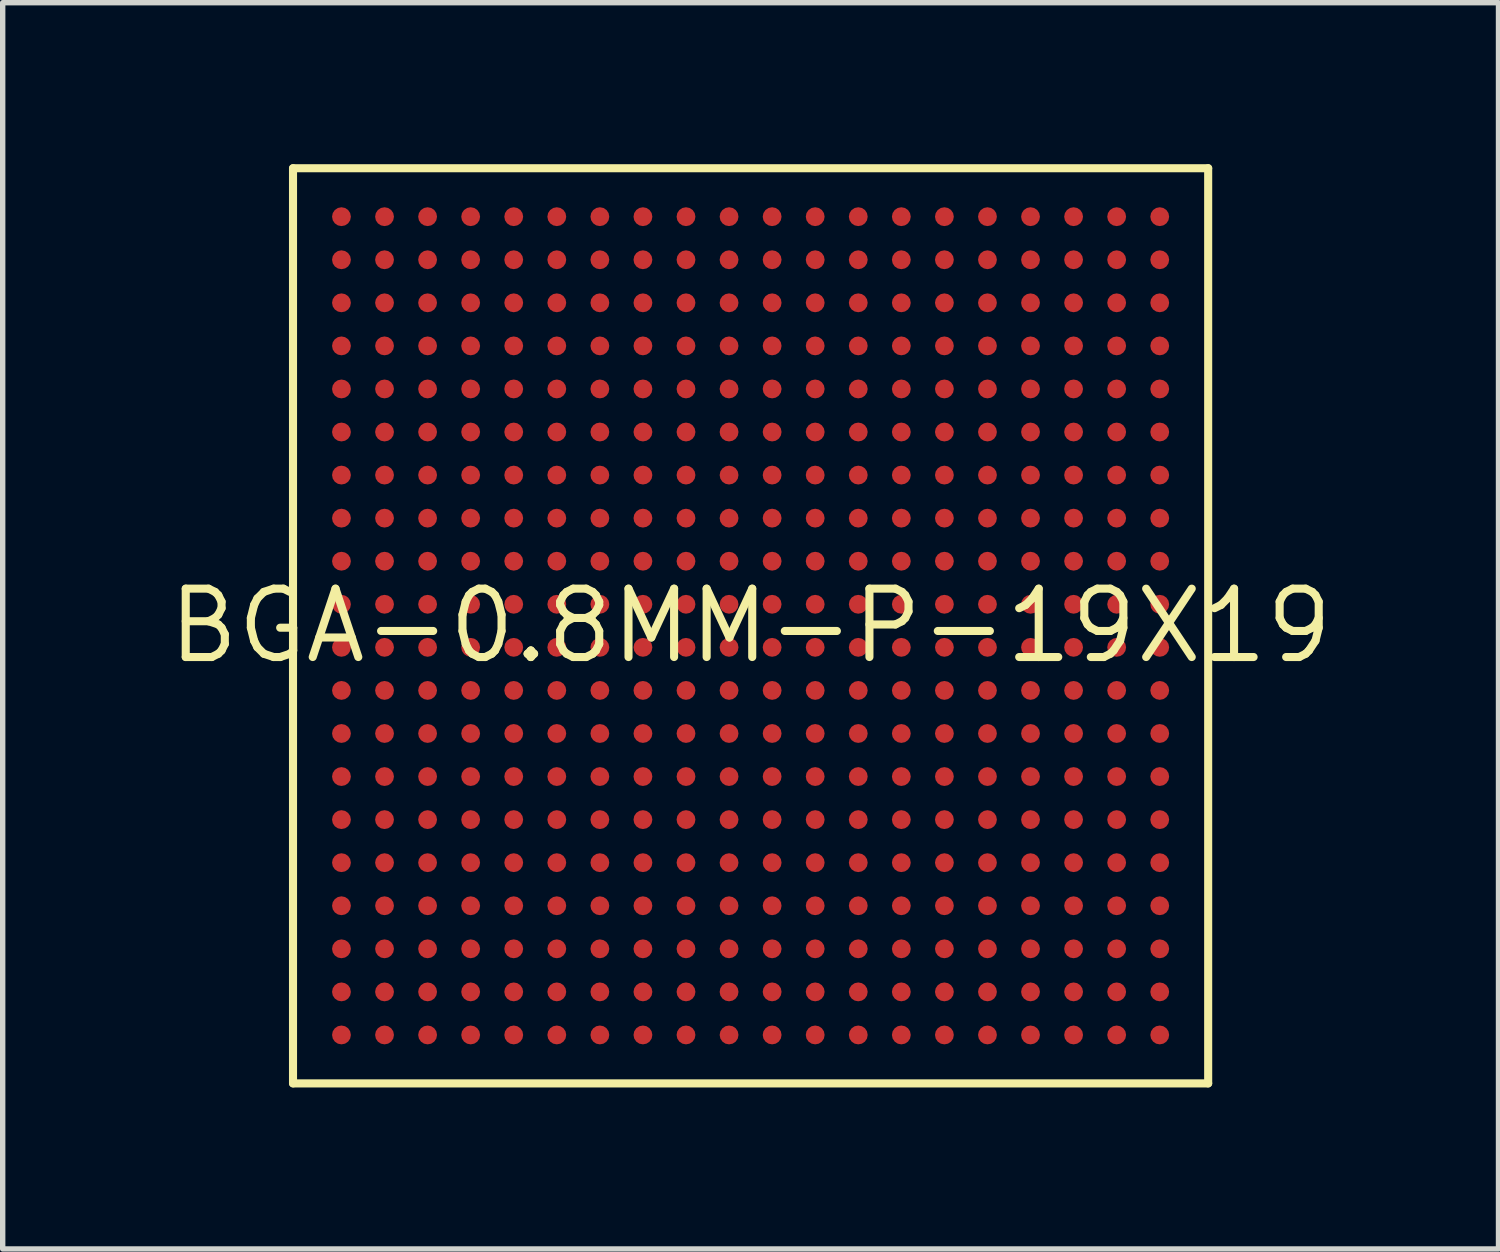
<source format=kicad_pcb>
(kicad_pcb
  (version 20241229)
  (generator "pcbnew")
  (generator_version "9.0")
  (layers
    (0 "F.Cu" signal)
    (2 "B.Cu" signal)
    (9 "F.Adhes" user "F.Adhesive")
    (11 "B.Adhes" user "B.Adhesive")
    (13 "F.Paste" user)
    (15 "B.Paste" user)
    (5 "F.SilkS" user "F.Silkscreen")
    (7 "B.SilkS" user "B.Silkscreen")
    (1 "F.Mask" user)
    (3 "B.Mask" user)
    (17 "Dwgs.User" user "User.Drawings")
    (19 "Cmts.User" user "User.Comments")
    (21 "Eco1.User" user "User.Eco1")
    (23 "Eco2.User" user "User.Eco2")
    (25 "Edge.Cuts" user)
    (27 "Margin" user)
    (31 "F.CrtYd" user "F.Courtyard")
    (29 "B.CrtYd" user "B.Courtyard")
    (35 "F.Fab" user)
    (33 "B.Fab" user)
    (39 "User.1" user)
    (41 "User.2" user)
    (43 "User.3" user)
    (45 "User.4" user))
  (footprint "BGA-0.8MM-P-19X19"
    (layer "F.Cu")
    (at 10.893 8.575)
    (property "Reference" "BGA-0.8MM-P-19X19" (at 0 0 0) (layer "F.SilkS") (effects (font (size 1.27 1.27) (thickness 0.15))))
    (attr through_hole)
    (fp_line (start -8.5 -8.5) (end -8.5 8.5) (stroke (width 0.15) (type solid)) (layer "F.SilkS"))
    (fp_line (start -8.5 8.5) (end 8.5 8.5) (stroke (width 0.15) (type solid)) (layer "F.SilkS"))
    (fp_line (start 8.5 -8.5) (end -8.5 -8.5) (stroke (width 0.15) (type solid)) (layer "F.SilkS"))
    (fp_line (start 8.5 8.5) (end 8.5 -8.5) (stroke (width 0.15) (type solid)) (layer "F.SilkS"))
    (pad "P$1" smd roundrect (at -4.4 4.4) (size 0.35 0.35) (layers "F.Cu" "F.Mask" "F.Paste") (roundrect_rratio 0.5))
    (pad "P$2" smd roundrect (at -4.4 3.6) (size 0.35 0.35) (layers "F.Cu" "F.Mask" "F.Paste") (roundrect_rratio 0.5))
    (pad "P$3" smd roundrect (at -3.6 3.6) (size 0.35 0.35) (layers "F.Cu" "F.Mask" "F.Paste") (roundrect_rratio 0.5))
    (pad "P$4" smd roundrect (at -3.6 4.4) (size 0.35 0.35) (layers "F.Cu" "F.Mask" "F.Paste") (roundrect_rratio 0.5))
    (pad "P$5" smd roundrect (at -2.8 4.4) (size 0.35 0.35) (layers "F.Cu" "F.Mask" "F.Paste") (roundrect_rratio 0.5))
    (pad "P$6" smd roundrect (at -2.8 3.6) (size 0.35 0.35) (layers "F.Cu" "F.Mask" "F.Paste") (roundrect_rratio 0.5))
    (pad "P$7" smd roundrect (at -4.4 2.8) (size 0.35 0.35) (layers "F.Cu" "F.Mask" "F.Paste") (roundrect_rratio 0.5))
    (pad "P$8" smd roundrect (at -3.6 2.8) (size 0.35 0.35) (layers "F.Cu" "F.Mask" "F.Paste") (roundrect_rratio 0.5))
    (pad "P$9" smd roundrect (at -2.8 2.8) (size 0.35 0.35) (layers "F.Cu" "F.Mask" "F.Paste") (roundrect_rratio 0.5))
    (pad "P$10" smd roundrect (at -4.4 2) (size 0.35 0.35) (layers "F.Cu" "F.Mask" "F.Paste") (roundrect_rratio 0.5))
    (pad "P$11" smd roundrect (at -3.6 2) (size 0.35 0.35) (layers "F.Cu" "F.Mask" "F.Paste") (roundrect_rratio 0.5))
    (pad "P$12" smd roundrect (at -2.8 2) (size 0.35 0.35) (layers "F.Cu" "F.Mask" "F.Paste") (roundrect_rratio 0.5))
    (pad "P$13" smd roundrect (at -2 2) (size 0.35 0.35) (layers "F.Cu" "F.Mask" "F.Paste") (roundrect_rratio 0.5))
    (pad "P$14" smd roundrect (at -2 2.8) (size 0.35 0.35) (layers "F.Cu" "F.Mask" "F.Paste") (roundrect_rratio 0.5))
    (pad "P$15" smd roundrect (at -2 3.6) (size 0.35 0.35) (layers "F.Cu" "F.Mask" "F.Paste") (roundrect_rratio 0.5))
    (pad "P$16" smd roundrect (at -2 4.4) (size 0.35 0.35) (layers "F.Cu" "F.Mask" "F.Paste") (roundrect_rratio 0.5))
    (pad "P$17" smd roundrect (at -4.4 1.2) (size 0.35 0.35) (layers "F.Cu" "F.Mask" "F.Paste") (roundrect_rratio 0.5))
    (pad "P$18" smd roundrect (at -3.6 1.2) (size 0.35 0.35) (layers "F.Cu" "F.Mask" "F.Paste") (roundrect_rratio 0.5))
    (pad "P$19" smd roundrect (at -2.8 1.2) (size 0.35 0.35) (layers "F.Cu" "F.Mask" "F.Paste") (roundrect_rratio 0.5))
    (pad "P$20" smd roundrect (at -2 1.2) (size 0.35 0.35) (layers "F.Cu" "F.Mask" "F.Paste") (roundrect_rratio 0.5))
    (pad "P$21" smd roundrect (at -1.2 1.2) (size 0.35 0.35) (layers "F.Cu" "F.Mask" "F.Paste") (roundrect_rratio 0.5))
    (pad "P$22" smd roundrect (at -1.2 2) (size 0.35 0.35) (layers "F.Cu" "F.Mask" "F.Paste") (roundrect_rratio 0.5))
    (pad "P$23" smd roundrect (at -1.2 2.8) (size 0.35 0.35) (layers "F.Cu" "F.Mask" "F.Paste") (roundrect_rratio 0.5))
    (pad "P$24" smd roundrect (at -1.2 3.6) (size 0.35 0.35) (layers "F.Cu" "F.Mask" "F.Paste") (roundrect_rratio 0.5))
    (pad "P$25" smd roundrect (at -1.2 4.4) (size 0.35 0.35) (layers "F.Cu" "F.Mask" "F.Paste") (roundrect_rratio 0.5))
    (pad "P$26" smd roundrect (at -3.6 7.6) (size 0.35 0.35) (layers "F.Cu" "F.Mask" "F.Paste") (roundrect_rratio 0.5))
    (pad "P$27" smd roundrect (at -2.8 7.6) (size 0.35 0.35) (layers "F.Cu" "F.Mask" "F.Paste") (roundrect_rratio 0.5))
    (pad "P$28" smd roundrect (at -3.6 6.8) (size 0.35 0.35) (layers "F.Cu" "F.Mask" "F.Paste") (roundrect_rratio 0.5))
    (pad "P$29" smd roundrect (at -2.8 6.8) (size 0.35 0.35) (layers "F.Cu" "F.Mask" "F.Paste") (roundrect_rratio 0.5))
    (pad "P$30" smd roundrect (at -3.6 6) (size 0.35 0.35) (layers "F.Cu" "F.Mask" "F.Paste") (roundrect_rratio 0.5))
    (pad "P$31" smd roundrect (at -2.8 6) (size 0.35 0.35) (layers "F.Cu" "F.Mask" "F.Paste") (roundrect_rratio 0.5))
    (pad "P$32" smd roundrect (at -2 6) (size 0.35 0.35) (layers "F.Cu" "F.Mask" "F.Paste") (roundrect_rratio 0.5))
    (pad "P$33" smd roundrect (at -2 6.8) (size 0.35 0.35) (layers "F.Cu" "F.Mask" "F.Paste") (roundrect_rratio 0.5))
    (pad "P$34" smd roundrect (at -2 7.6) (size 0.35 0.35) (layers "F.Cu" "F.Mask" "F.Paste") (roundrect_rratio 0.5))
    (pad "P$35" smd roundrect (at -3.6 5.2) (size 0.35 0.35) (layers "F.Cu" "F.Mask" "F.Paste") (roundrect_rratio 0.5))
    (pad "P$36" smd roundrect (at -2.8 5.2) (size 0.35 0.35) (layers "F.Cu" "F.Mask" "F.Paste") (roundrect_rratio 0.5))
    (pad "P$37" smd roundrect (at -2 5.2) (size 0.35 0.35) (layers "F.Cu" "F.Mask" "F.Paste") (roundrect_rratio 0.5))
    (pad "P$38" smd roundrect (at -1.2 5.2) (size 0.35 0.35) (layers "F.Cu" "F.Mask" "F.Paste") (roundrect_rratio 0.5))
    (pad "P$39" smd roundrect (at -1.2 6) (size 0.35 0.35) (layers "F.Cu" "F.Mask" "F.Paste") (roundrect_rratio 0.5))
    (pad "P$40" smd roundrect (at -1.2 6.8) (size 0.35 0.35) (layers "F.Cu" "F.Mask" "F.Paste") (roundrect_rratio 0.5))
    (pad "P$41" smd roundrect (at -1.2 7.6) (size 0.35 0.35) (layers "F.Cu" "F.Mask" "F.Paste") (roundrect_rratio 0.5))
    (pad "P$42" smd roundrect (at -7.6 3.6) (size 0.35 0.35) (layers "F.Cu" "F.Mask" "F.Paste") (roundrect_rratio 0.5))
    (pad "P$43" smd roundrect (at -6.8 3.6) (size 0.35 0.35) (layers "F.Cu" "F.Mask" "F.Paste") (roundrect_rratio 0.5))
    (pad "P$44" smd roundrect (at -7.6 2.8) (size 0.35 0.35) (layers "F.Cu" "F.Mask" "F.Paste") (roundrect_rratio 0.5))
    (pad "P$45" smd roundrect (at -6.8 2.8) (size 0.35 0.35) (layers "F.Cu" "F.Mask" "F.Paste") (roundrect_rratio 0.5))
    (pad "P$46" smd roundrect (at -7.6 2) (size 0.35 0.35) (layers "F.Cu" "F.Mask" "F.Paste") (roundrect_rratio 0.5))
    (pad "P$47" smd roundrect (at -6.8 2) (size 0.35 0.35) (layers "F.Cu" "F.Mask" "F.Paste") (roundrect_rratio 0.5))
    (pad "P$48" smd roundrect (at -6 2) (size 0.35 0.35) (layers "F.Cu" "F.Mask" "F.Paste") (roundrect_rratio 0.5))
    (pad "P$49" smd roundrect (at -6 2.8) (size 0.35 0.35) (layers "F.Cu" "F.Mask" "F.Paste") (roundrect_rratio 0.5))
    (pad "P$50" smd roundrect (at -6 3.6) (size 0.35 0.35) (layers "F.Cu" "F.Mask" "F.Paste") (roundrect_rratio 0.5))
    (pad "P$51" smd roundrect (at -7.6 1.2) (size 0.35 0.35) (layers "F.Cu" "F.Mask" "F.Paste") (roundrect_rratio 0.5))
    (pad "P$52" smd roundrect (at -6.8 1.2) (size 0.35 0.35) (layers "F.Cu" "F.Mask" "F.Paste") (roundrect_rratio 0.5))
    (pad "P$53" smd roundrect (at -6 1.2) (size 0.35 0.35) (layers "F.Cu" "F.Mask" "F.Paste") (roundrect_rratio 0.5))
    (pad "P$54" smd roundrect (at -5.2 1.2) (size 0.35 0.35) (layers "F.Cu" "F.Mask" "F.Paste") (roundrect_rratio 0.5))
    (pad "P$55" smd roundrect (at -5.2 2) (size 0.35 0.35) (layers "F.Cu" "F.Mask" "F.Paste") (roundrect_rratio 0.5))
    (pad "P$56" smd roundrect (at -5.2 2.8) (size 0.35 0.35) (layers "F.Cu" "F.Mask" "F.Paste") (roundrect_rratio 0.5))
    (pad "P$57" smd roundrect (at -5.2 3.6) (size 0.35 0.35) (layers "F.Cu" "F.Mask" "F.Paste") (roundrect_rratio 0.5))
    (pad "P$58" smd roundrect (at -7.6 7.6) (size 0.35 0.35) (layers "F.Cu" "F.Mask" "F.Paste") (roundrect_rratio 0.5))
    (pad "P$59" smd roundrect (at -6.8 7.6) (size 0.35 0.35) (layers "F.Cu" "F.Mask" "F.Paste") (roundrect_rratio 0.5))
    (pad "P$60" smd roundrect (at -7.6 6.8) (size 0.35 0.35) (layers "F.Cu" "F.Mask" "F.Paste") (roundrect_rratio 0.5))
    (pad "P$61" smd roundrect (at -6.8 6.8) (size 0.35 0.35) (layers "F.Cu" "F.Mask" "F.Paste") (roundrect_rratio 0.5))
    (pad "P$62" smd roundrect (at -7.6 6) (size 0.35 0.35) (layers "F.Cu" "F.Mask" "F.Paste") (roundrect_rratio 0.5))
    (pad "P$63" smd roundrect (at -6.8 6) (size 0.35 0.35) (layers "F.Cu" "F.Mask" "F.Paste") (roundrect_rratio 0.5))
    (pad "P$64" smd roundrect (at -6 6) (size 0.35 0.35) (layers "F.Cu" "F.Mask" "F.Paste") (roundrect_rratio 0.5))
    (pad "P$65" smd roundrect (at -6 6.8) (size 0.35 0.35) (layers "F.Cu" "F.Mask" "F.Paste") (roundrect_rratio 0.5))
    (pad "P$66" smd roundrect (at -6 7.6) (size 0.35 0.35) (layers "F.Cu" "F.Mask" "F.Paste") (roundrect_rratio 0.5))
    (pad "P$67" smd roundrect (at -7.6 5.2) (size 0.35 0.35) (layers "F.Cu" "F.Mask" "F.Paste") (roundrect_rratio 0.5))
    (pad "P$68" smd roundrect (at -6.8 5.2) (size 0.35 0.35) (layers "F.Cu" "F.Mask" "F.Paste") (roundrect_rratio 0.5))
    (pad "P$69" smd roundrect (at -6 5.2) (size 0.35 0.35) (layers "F.Cu" "F.Mask" "F.Paste") (roundrect_rratio 0.5))
    (pad "P$70" smd roundrect (at -5.2 5.2) (size 0.35 0.35) (layers "F.Cu" "F.Mask" "F.Paste") (roundrect_rratio 0.5))
    (pad "P$71" smd roundrect (at -5.2 6) (size 0.35 0.35) (layers "F.Cu" "F.Mask" "F.Paste") (roundrect_rratio 0.5))
    (pad "P$72" smd roundrect (at -5.2 6.8) (size 0.35 0.35) (layers "F.Cu" "F.Mask" "F.Paste") (roundrect_rratio 0.5))
    (pad "P$73" smd roundrect (at -5.2 7.6) (size 0.35 0.35) (layers "F.Cu" "F.Mask" "F.Paste") (roundrect_rratio 0.5))
    (pad "P$74" smd roundrect (at -7.6 4.4) (size 0.35 0.35) (layers "F.Cu" "F.Mask" "F.Paste") (roundrect_rratio 0.5))
    (pad "P$75" smd roundrect (at -6.8 4.4) (size 0.35 0.35) (layers "F.Cu" "F.Mask" "F.Paste") (roundrect_rratio 0.5))
    (pad "P$76" smd roundrect (at -6 4.4) (size 0.35 0.35) (layers "F.Cu" "F.Mask" "F.Paste") (roundrect_rratio 0.5))
    (pad "P$77" smd roundrect (at -5.2 4.4) (size 0.35 0.35) (layers "F.Cu" "F.Mask" "F.Paste") (roundrect_rratio 0.5))
    (pad "P$78" smd roundrect (at -4.4 5.2) (size 0.35 0.35) (layers "F.Cu" "F.Mask" "F.Paste") (roundrect_rratio 0.5))
    (pad "P$79" smd roundrect (at -4.4 6) (size 0.35 0.35) (layers "F.Cu" "F.Mask" "F.Paste") (roundrect_rratio 0.5))
    (pad "P$80" smd roundrect (at -4.4 6.8) (size 0.35 0.35) (layers "F.Cu" "F.Mask" "F.Paste") (roundrect_rratio 0.5))
    (pad "P$81" smd roundrect (at -4.4 7.6) (size 0.35 0.35) (layers "F.Cu" "F.Mask" "F.Paste") (roundrect_rratio 0.5))
    (pad "P$82" smd roundrect (at 2.8 4.4) (size 0.35 0.35) (layers "F.Cu" "F.Mask" "F.Paste") (roundrect_rratio 0.5))
    (pad "P$83" smd roundrect (at 2.8 3.6) (size 0.35 0.35) (layers "F.Cu" "F.Mask" "F.Paste") (roundrect_rratio 0.5))
    (pad "P$84" smd roundrect (at 3.6 3.6) (size 0.35 0.35) (layers "F.Cu" "F.Mask" "F.Paste") (roundrect_rratio 0.5))
    (pad "P$85" smd roundrect (at 3.6 4.4) (size 0.35 0.35) (layers "F.Cu" "F.Mask" "F.Paste") (roundrect_rratio 0.5))
    (pad "P$86" smd roundrect (at 4.4 4.4) (size 0.35 0.35) (layers "F.Cu" "F.Mask" "F.Paste") (roundrect_rratio 0.5))
    (pad "P$87" smd roundrect (at 4.4 3.6) (size 0.35 0.35) (layers "F.Cu" "F.Mask" "F.Paste") (roundrect_rratio 0.5))
    (pad "P$88" smd roundrect (at 2.8 2.8) (size 0.35 0.35) (layers "F.Cu" "F.Mask" "F.Paste") (roundrect_rratio 0.5))
    (pad "P$89" smd roundrect (at 3.6 2.8) (size 0.35 0.35) (layers "F.Cu" "F.Mask" "F.Paste") (roundrect_rratio 0.5))
    (pad "P$90" smd roundrect (at 4.4 2.8) (size 0.35 0.35) (layers "F.Cu" "F.Mask" "F.Paste") (roundrect_rratio 0.5))
    (pad "P$91" smd roundrect (at 2.8 2) (size 0.35 0.35) (layers "F.Cu" "F.Mask" "F.Paste") (roundrect_rratio 0.5))
    (pad "P$92" smd roundrect (at 3.6 2) (size 0.35 0.35) (layers "F.Cu" "F.Mask" "F.Paste") (roundrect_rratio 0.5))
    (pad "P$93" smd roundrect (at 4.4 2) (size 0.35 0.35) (layers "F.Cu" "F.Mask" "F.Paste") (roundrect_rratio 0.5))
    (pad "P$94" smd roundrect (at 5.2 2) (size 0.35 0.35) (layers "F.Cu" "F.Mask" "F.Paste") (roundrect_rratio 0.5))
    (pad "P$95" smd roundrect (at 5.2 2.8) (size 0.35 0.35) (layers "F.Cu" "F.Mask" "F.Paste") (roundrect_rratio 0.5))
    (pad "P$96" smd roundrect (at 5.2 3.6) (size 0.35 0.35) (layers "F.Cu" "F.Mask" "F.Paste") (roundrect_rratio 0.5))
    (pad "P$97" smd roundrect (at 5.2 4.4) (size 0.35 0.35) (layers "F.Cu" "F.Mask" "F.Paste") (roundrect_rratio 0.5))
    (pad "P$98" smd roundrect (at 2.8 1.2) (size 0.35 0.35) (layers "F.Cu" "F.Mask" "F.Paste") (roundrect_rratio 0.5))
    (pad "P$99" smd roundrect (at 3.6 1.2) (size 0.35 0.35) (layers "F.Cu" "F.Mask" "F.Paste") (roundrect_rratio 0.5))
    (pad "P$100" smd roundrect (at 4.4 1.2) (size 0.35 0.35) (layers "F.Cu" "F.Mask" "F.Paste") (roundrect_rratio 0.5))
    (pad "P$101" smd roundrect (at 5.2 1.2) (size 0.35 0.35) (layers "F.Cu" "F.Mask" "F.Paste") (roundrect_rratio 0.5))
    (pad "P$102" smd roundrect (at 6 1.2) (size 0.35 0.35) (layers "F.Cu" "F.Mask" "F.Paste") (roundrect_rratio 0.5))
    (pad "P$103" smd roundrect (at 6 2) (size 0.35 0.35) (layers "F.Cu" "F.Mask" "F.Paste") (roundrect_rratio 0.5))
    (pad "P$104" smd roundrect (at 6 2.8) (size 0.35 0.35) (layers "F.Cu" "F.Mask" "F.Paste") (roundrect_rratio 0.5))
    (pad "P$105" smd roundrect (at 6 3.6) (size 0.35 0.35) (layers "F.Cu" "F.Mask" "F.Paste") (roundrect_rratio 0.5))
    (pad "P$106" smd roundrect (at 6 4.4) (size 0.35 0.35) (layers "F.Cu" "F.Mask" "F.Paste") (roundrect_rratio 0.5))
    (pad "P$107" smd roundrect (at 3.6 7.6) (size 0.35 0.35) (layers "F.Cu" "F.Mask" "F.Paste") (roundrect_rratio 0.5))
    (pad "P$108" smd roundrect (at 4.4 7.6) (size 0.35 0.35) (layers "F.Cu" "F.Mask" "F.Paste") (roundrect_rratio 0.5))
    (pad "P$109" smd roundrect (at 3.6 6.8) (size 0.35 0.35) (layers "F.Cu" "F.Mask" "F.Paste") (roundrect_rratio 0.5))
    (pad "P$110" smd roundrect (at 4.4 6.8) (size 0.35 0.35) (layers "F.Cu" "F.Mask" "F.Paste") (roundrect_rratio 0.5))
    (pad "P$111" smd roundrect (at 3.6 6) (size 0.35 0.35) (layers "F.Cu" "F.Mask" "F.Paste") (roundrect_rratio 0.5))
    (pad "P$112" smd roundrect (at 4.4 6) (size 0.35 0.35) (layers "F.Cu" "F.Mask" "F.Paste") (roundrect_rratio 0.5))
    (pad "P$113" smd roundrect (at 5.2 6) (size 0.35 0.35) (layers "F.Cu" "F.Mask" "F.Paste") (roundrect_rratio 0.5))
    (pad "P$114" smd roundrect (at 5.2 6.8) (size 0.35 0.35) (layers "F.Cu" "F.Mask" "F.Paste") (roundrect_rratio 0.5))
    (pad "P$115" smd roundrect (at 5.2 7.6) (size 0.35 0.35) (layers "F.Cu" "F.Mask" "F.Paste") (roundrect_rratio 0.5))
    (pad "P$116" smd roundrect (at 3.6 5.2) (size 0.35 0.35) (layers "F.Cu" "F.Mask" "F.Paste") (roundrect_rratio 0.5))
    (pad "P$117" smd roundrect (at 4.4 5.2) (size 0.35 0.35) (layers "F.Cu" "F.Mask" "F.Paste") (roundrect_rratio 0.5))
    (pad "P$118" smd roundrect (at 5.2 5.2) (size 0.35 0.35) (layers "F.Cu" "F.Mask" "F.Paste") (roundrect_rratio 0.5))
    (pad "P$119" smd roundrect (at 6 5.2) (size 0.35 0.35) (layers "F.Cu" "F.Mask" "F.Paste") (roundrect_rratio 0.5))
    (pad "P$120" smd roundrect (at 6 6) (size 0.35 0.35) (layers "F.Cu" "F.Mask" "F.Paste") (roundrect_rratio 0.5))
    (pad "P$121" smd roundrect (at 6 6.8) (size 0.35 0.35) (layers "F.Cu" "F.Mask" "F.Paste") (roundrect_rratio 0.5))
    (pad "P$122" smd roundrect (at 6 7.6) (size 0.35 0.35) (layers "F.Cu" "F.Mask" "F.Paste") (roundrect_rratio 0.5))
    (pad "P$123" smd roundrect (at -0.4 3.6) (size 0.35 0.35) (layers "F.Cu" "F.Mask" "F.Paste") (roundrect_rratio 0.5))
    (pad "P$124" smd roundrect (at 0.4 3.6) (size 0.35 0.35) (layers "F.Cu" "F.Mask" "F.Paste") (roundrect_rratio 0.5))
    (pad "P$125" smd roundrect (at -0.4 2.8) (size 0.35 0.35) (layers "F.Cu" "F.Mask" "F.Paste") (roundrect_rratio 0.5))
    (pad "P$126" smd roundrect (at 0.4 2.8) (size 0.35 0.35) (layers "F.Cu" "F.Mask" "F.Paste") (roundrect_rratio 0.5))
    (pad "P$127" smd roundrect (at -0.4 2) (size 0.35 0.35) (layers "F.Cu" "F.Mask" "F.Paste") (roundrect_rratio 0.5))
    (pad "P$128" smd roundrect (at 0.4 2) (size 0.35 0.35) (layers "F.Cu" "F.Mask" "F.Paste") (roundrect_rratio 0.5))
    (pad "P$129" smd roundrect (at 1.2 2) (size 0.35 0.35) (layers "F.Cu" "F.Mask" "F.Paste") (roundrect_rratio 0.5))
    (pad "P$130" smd roundrect (at 1.2 2.8) (size 0.35 0.35) (layers "F.Cu" "F.Mask" "F.Paste") (roundrect_rratio 0.5))
    (pad "P$131" smd roundrect (at 1.2 3.6) (size 0.35 0.35) (layers "F.Cu" "F.Mask" "F.Paste") (roundrect_rratio 0.5))
    (pad "P$132" smd roundrect (at -0.4 1.2) (size 0.35 0.35) (layers "F.Cu" "F.Mask" "F.Paste") (roundrect_rratio 0.5))
    (pad "P$133" smd roundrect (at 0.4 1.2) (size 0.35 0.35) (layers "F.Cu" "F.Mask" "F.Paste") (roundrect_rratio 0.5))
    (pad "P$134" smd roundrect (at 1.2 1.2) (size 0.35 0.35) (layers "F.Cu" "F.Mask" "F.Paste") (roundrect_rratio 0.5))
    (pad "P$135" smd roundrect (at 2 1.2) (size 0.35 0.35) (layers "F.Cu" "F.Mask" "F.Paste") (roundrect_rratio 0.5))
    (pad "P$136" smd roundrect (at 2 2) (size 0.35 0.35) (layers "F.Cu" "F.Mask" "F.Paste") (roundrect_rratio 0.5))
    (pad "P$137" smd roundrect (at 2 2.8) (size 0.35 0.35) (layers "F.Cu" "F.Mask" "F.Paste") (roundrect_rratio 0.5))
    (pad "P$138" smd roundrect (at 2 3.6) (size 0.35 0.35) (layers "F.Cu" "F.Mask" "F.Paste") (roundrect_rratio 0.5))
    (pad "P$139" smd roundrect (at -0.4 7.6) (size 0.35 0.35) (layers "F.Cu" "F.Mask" "F.Paste") (roundrect_rratio 0.5))
    (pad "P$140" smd roundrect (at 0.4 7.6) (size 0.35 0.35) (layers "F.Cu" "F.Mask" "F.Paste") (roundrect_rratio 0.5))
    (pad "P$141" smd roundrect (at -0.4 6.8) (size 0.35 0.35) (layers "F.Cu" "F.Mask" "F.Paste") (roundrect_rratio 0.5))
    (pad "P$142" smd roundrect (at 0.4 6.8) (size 0.35 0.35) (layers "F.Cu" "F.Mask" "F.Paste") (roundrect_rratio 0.5))
    (pad "P$143" smd roundrect (at -0.4 6) (size 0.35 0.35) (layers "F.Cu" "F.Mask" "F.Paste") (roundrect_rratio 0.5))
    (pad "P$144" smd roundrect (at 0.4 6) (size 0.35 0.35) (layers "F.Cu" "F.Mask" "F.Paste") (roundrect_rratio 0.5))
    (pad "P$145" smd roundrect (at 1.2 6) (size 0.35 0.35) (layers "F.Cu" "F.Mask" "F.Paste") (roundrect_rratio 0.5))
    (pad "P$146" smd roundrect (at 1.2 6.8) (size 0.35 0.35) (layers "F.Cu" "F.Mask" "F.Paste") (roundrect_rratio 0.5))
    (pad "P$147" smd roundrect (at 1.2 7.6) (size 0.35 0.35) (layers "F.Cu" "F.Mask" "F.Paste") (roundrect_rratio 0.5))
    (pad "P$148" smd roundrect (at -0.4 5.2) (size 0.35 0.35) (layers "F.Cu" "F.Mask" "F.Paste") (roundrect_rratio 0.5))
    (pad "P$149" smd roundrect (at 0.4 5.2) (size 0.35 0.35) (layers "F.Cu" "F.Mask" "F.Paste") (roundrect_rratio 0.5))
    (pad "P$150" smd roundrect (at 1.2 5.2) (size 0.35 0.35) (layers "F.Cu" "F.Mask" "F.Paste") (roundrect_rratio 0.5))
    (pad "P$151" smd roundrect (at 2 5.2) (size 0.35 0.35) (layers "F.Cu" "F.Mask" "F.Paste") (roundrect_rratio 0.5))
    (pad "P$152" smd roundrect (at 2 6) (size 0.35 0.35) (layers "F.Cu" "F.Mask" "F.Paste") (roundrect_rratio 0.5))
    (pad "P$153" smd roundrect (at 2 6.8) (size 0.35 0.35) (layers "F.Cu" "F.Mask" "F.Paste") (roundrect_rratio 0.5))
    (pad "P$154" smd roundrect (at 2 7.6) (size 0.35 0.35) (layers "F.Cu" "F.Mask" "F.Paste") (roundrect_rratio 0.5))
    (pad "P$155" smd roundrect (at -0.4 4.4) (size 0.35 0.35) (layers "F.Cu" "F.Mask" "F.Paste") (roundrect_rratio 0.5))
    (pad "P$156" smd roundrect (at 0.4 4.4) (size 0.35 0.35) (layers "F.Cu" "F.Mask" "F.Paste") (roundrect_rratio 0.5))
    (pad "P$157" smd roundrect (at 1.2 4.4) (size 0.35 0.35) (layers "F.Cu" "F.Mask" "F.Paste") (roundrect_rratio 0.5))
    (pad "P$158" smd roundrect (at 2 4.4) (size 0.35 0.35) (layers "F.Cu" "F.Mask" "F.Paste") (roundrect_rratio 0.5))
    (pad "P$159" smd roundrect (at 2.8 5.2) (size 0.35 0.35) (layers "F.Cu" "F.Mask" "F.Paste") (roundrect_rratio 0.5))
    (pad "P$160" smd roundrect (at 2.8 6) (size 0.35 0.35) (layers "F.Cu" "F.Mask" "F.Paste") (roundrect_rratio 0.5))
    (pad "P$161" smd roundrect (at 2.8 6.8) (size 0.35 0.35) (layers "F.Cu" "F.Mask" "F.Paste") (roundrect_rratio 0.5))
    (pad "P$162" smd roundrect (at 2.8 7.6) (size 0.35 0.35) (layers "F.Cu" "F.Mask" "F.Paste") (roundrect_rratio 0.5))
    (pad "P$163" smd roundrect (at -4.4 -2.8) (size 0.35 0.35) (layers "F.Cu" "F.Mask" "F.Paste") (roundrect_rratio 0.5))
    (pad "P$164" smd roundrect (at -4.4 -3.6) (size 0.35 0.35) (layers "F.Cu" "F.Mask" "F.Paste") (roundrect_rratio 0.5))
    (pad "P$165" smd roundrect (at -3.6 -3.6) (size 0.35 0.35) (layers "F.Cu" "F.Mask" "F.Paste") (roundrect_rratio 0.5))
    (pad "P$166" smd roundrect (at -3.6 -2.8) (size 0.35 0.35) (layers "F.Cu" "F.Mask" "F.Paste") (roundrect_rratio 0.5))
    (pad "P$167" smd roundrect (at -2.8 -2.8) (size 0.35 0.35) (layers "F.Cu" "F.Mask" "F.Paste") (roundrect_rratio 0.5))
    (pad "P$168" smd roundrect (at -2.8 -3.6) (size 0.35 0.35) (layers "F.Cu" "F.Mask" "F.Paste") (roundrect_rratio 0.5))
    (pad "P$169" smd roundrect (at -4.4 -4.4) (size 0.35 0.35) (layers "F.Cu" "F.Mask" "F.Paste") (roundrect_rratio 0.5))
    (pad "P$170" smd roundrect (at -3.6 -4.4) (size 0.35 0.35) (layers "F.Cu" "F.Mask" "F.Paste") (roundrect_rratio 0.5))
    (pad "P$171" smd roundrect (at -2.8 -4.4) (size 0.35 0.35) (layers "F.Cu" "F.Mask" "F.Paste") (roundrect_rratio 0.5))
    (pad "P$172" smd roundrect (at -4.4 -5.2) (size 0.35 0.35) (layers "F.Cu" "F.Mask" "F.Paste") (roundrect_rratio 0.5))
    (pad "P$173" smd roundrect (at -3.6 -5.2) (size 0.35 0.35) (layers "F.Cu" "F.Mask" "F.Paste") (roundrect_rratio 0.5))
    (pad "P$174" smd roundrect (at -2.8 -5.2) (size 0.35 0.35) (layers "F.Cu" "F.Mask" "F.Paste") (roundrect_rratio 0.5))
    (pad "P$175" smd roundrect (at -2 -5.2) (size 0.35 0.35) (layers "F.Cu" "F.Mask" "F.Paste") (roundrect_rratio 0.5))
    (pad "P$176" smd roundrect (at -2 -4.4) (size 0.35 0.35) (layers "F.Cu" "F.Mask" "F.Paste") (roundrect_rratio 0.5))
    (pad "P$177" smd roundrect (at -2 -3.6) (size 0.35 0.35) (layers "F.Cu" "F.Mask" "F.Paste") (roundrect_rratio 0.5))
    (pad "P$178" smd roundrect (at -2 -2.8) (size 0.35 0.35) (layers "F.Cu" "F.Mask" "F.Paste") (roundrect_rratio 0.5))
    (pad "P$179" smd roundrect (at -4.4 -6) (size 0.35 0.35) (layers "F.Cu" "F.Mask" "F.Paste") (roundrect_rratio 0.5))
    (pad "P$180" smd roundrect (at -3.6 -6) (size 0.35 0.35) (layers "F.Cu" "F.Mask" "F.Paste") (roundrect_rratio 0.5))
    (pad "P$181" smd roundrect (at -2.8 -6) (size 0.35 0.35) (layers "F.Cu" "F.Mask" "F.Paste") (roundrect_rratio 0.5))
    (pad "P$182" smd roundrect (at -2 -6) (size 0.35 0.35) (layers "F.Cu" "F.Mask" "F.Paste") (roundrect_rratio 0.5))
    (pad "P$183" smd roundrect (at -1.2 -6) (size 0.35 0.35) (layers "F.Cu" "F.Mask" "F.Paste") (roundrect_rratio 0.5))
    (pad "P$184" smd roundrect (at -1.2 -5.2) (size 0.35 0.35) (layers "F.Cu" "F.Mask" "F.Paste") (roundrect_rratio 0.5))
    (pad "P$185" smd roundrect (at -1.2 -4.4) (size 0.35 0.35) (layers "F.Cu" "F.Mask" "F.Paste") (roundrect_rratio 0.5))
    (pad "P$186" smd roundrect (at -1.2 -3.6) (size 0.35 0.35) (layers "F.Cu" "F.Mask" "F.Paste") (roundrect_rratio 0.5))
    (pad "P$187" smd roundrect (at -1.2 -2.8) (size 0.35 0.35) (layers "F.Cu" "F.Mask" "F.Paste") (roundrect_rratio 0.5))
    (pad "P$188" smd roundrect (at -3.6 0.4) (size 0.35 0.35) (layers "F.Cu" "F.Mask" "F.Paste") (roundrect_rratio 0.5))
    (pad "P$189" smd roundrect (at -2.8 0.4) (size 0.35 0.35) (layers "F.Cu" "F.Mask" "F.Paste") (roundrect_rratio 0.5))
    (pad "P$190" smd roundrect (at -3.6 -0.4) (size 0.35 0.35) (layers "F.Cu" "F.Mask" "F.Paste") (roundrect_rratio 0.5))
    (pad "P$191" smd roundrect (at -2.8 -0.4) (size 0.35 0.35) (layers "F.Cu" "F.Mask" "F.Paste") (roundrect_rratio 0.5))
    (pad "P$192" smd roundrect (at -3.6 -1.2) (size 0.35 0.35) (layers "F.Cu" "F.Mask" "F.Paste") (roundrect_rratio 0.5))
    (pad "P$193" smd roundrect (at -2.8 -1.2) (size 0.35 0.35) (layers "F.Cu" "F.Mask" "F.Paste") (roundrect_rratio 0.5))
    (pad "P$194" smd roundrect (at -2 -1.2) (size 0.35 0.35) (layers "F.Cu" "F.Mask" "F.Paste") (roundrect_rratio 0.5))
    (pad "P$195" smd roundrect (at -2 -0.4) (size 0.35 0.35) (layers "F.Cu" "F.Mask" "F.Paste") (roundrect_rratio 0.5))
    (pad "P$196" smd roundrect (at -2 0.4) (size 0.35 0.35) (layers "F.Cu" "F.Mask" "F.Paste") (roundrect_rratio 0.5))
    (pad "P$197" smd roundrect (at -3.6 -2) (size 0.35 0.35) (layers "F.Cu" "F.Mask" "F.Paste") (roundrect_rratio 0.5))
    (pad "P$198" smd roundrect (at -2.8 -2) (size 0.35 0.35) (layers "F.Cu" "F.Mask" "F.Paste") (roundrect_rratio 0.5))
    (pad "P$199" smd roundrect (at -2 -2) (size 0.35 0.35) (layers "F.Cu" "F.Mask" "F.Paste") (roundrect_rratio 0.5))
    (pad "P$200" smd roundrect (at -1.2 -2) (size 0.35 0.35) (layers "F.Cu" "F.Mask" "F.Paste") (roundrect_rratio 0.5))
    (pad "P$201" smd roundrect (at -1.2 -1.2) (size 0.35 0.35) (layers "F.Cu" "F.Mask" "F.Paste") (roundrect_rratio 0.5))
    (pad "P$202" smd roundrect (at -1.2 -0.4) (size 0.35 0.35) (layers "F.Cu" "F.Mask" "F.Paste") (roundrect_rratio 0.5))
    (pad "P$203" smd roundrect (at -1.2 0.4) (size 0.35 0.35) (layers "F.Cu" "F.Mask" "F.Paste") (roundrect_rratio 0.5))
    (pad "P$204" smd roundrect (at -7.6 -3.6) (size 0.35 0.35) (layers "F.Cu" "F.Mask" "F.Paste") (roundrect_rratio 0.5))
    (pad "P$205" smd roundrect (at -6.8 -3.6) (size 0.35 0.35) (layers "F.Cu" "F.Mask" "F.Paste") (roundrect_rratio 0.5))
    (pad "P$206" smd roundrect (at -7.6 -4.4) (size 0.35 0.35) (layers "F.Cu" "F.Mask" "F.Paste") (roundrect_rratio 0.5))
    (pad "P$207" smd roundrect (at -6.8 -4.4) (size 0.35 0.35) (layers "F.Cu" "F.Mask" "F.Paste") (roundrect_rratio 0.5))
    (pad "P$208" smd roundrect (at -7.6 -5.2) (size 0.35 0.35) (layers "F.Cu" "F.Mask" "F.Paste") (roundrect_rratio 0.5))
    (pad "P$209" smd roundrect (at -6.8 -5.2) (size 0.35 0.35) (layers "F.Cu" "F.Mask" "F.Paste") (roundrect_rratio 0.5))
    (pad "P$210" smd roundrect (at -6 -5.2) (size 0.35 0.35) (layers "F.Cu" "F.Mask" "F.Paste") (roundrect_rratio 0.5))
    (pad "P$211" smd roundrect (at -6 -4.4) (size 0.35 0.35) (layers "F.Cu" "F.Mask" "F.Paste") (roundrect_rratio 0.5))
    (pad "P$212" smd roundrect (at -6 -3.6) (size 0.35 0.35) (layers "F.Cu" "F.Mask" "F.Paste") (roundrect_rratio 0.5))
    (pad "P$213" smd roundrect (at -7.6 -6) (size 0.35 0.35) (layers "F.Cu" "F.Mask" "F.Paste") (roundrect_rratio 0.5))
    (pad "P$214" smd roundrect (at -6.8 -6) (size 0.35 0.35) (layers "F.Cu" "F.Mask" "F.Paste") (roundrect_rratio 0.5))
    (pad "P$215" smd roundrect (at -6 -6) (size 0.35 0.35) (layers "F.Cu" "F.Mask" "F.Paste") (roundrect_rratio 0.5))
    (pad "P$216" smd roundrect (at -5.2 -6) (size 0.35 0.35) (layers "F.Cu" "F.Mask" "F.Paste") (roundrect_rratio 0.5))
    (pad "P$217" smd roundrect (at -5.2 -5.2) (size 0.35 0.35) (layers "F.Cu" "F.Mask" "F.Paste") (roundrect_rratio 0.5))
    (pad "P$218" smd roundrect (at -5.2 -4.4) (size 0.35 0.35) (layers "F.Cu" "F.Mask" "F.Paste") (roundrect_rratio 0.5))
    (pad "P$219" smd roundrect (at -5.2 -3.6) (size 0.35 0.35) (layers "F.Cu" "F.Mask" "F.Paste") (roundrect_rratio 0.5))
    (pad "P$220" smd roundrect (at -7.6 0.4) (size 0.35 0.35) (layers "F.Cu" "F.Mask" "F.Paste") (roundrect_rratio 0.5))
    (pad "P$221" smd roundrect (at -6.8 0.4) (size 0.35 0.35) (layers "F.Cu" "F.Mask" "F.Paste") (roundrect_rratio 0.5))
    (pad "P$222" smd roundrect (at -7.6 -0.4) (size 0.35 0.35) (layers "F.Cu" "F.Mask" "F.Paste") (roundrect_rratio 0.5))
    (pad "P$223" smd roundrect (at -6.8 -0.4) (size 0.35 0.35) (layers "F.Cu" "F.Mask" "F.Paste") (roundrect_rratio 0.5))
    (pad "P$224" smd roundrect (at -7.6 -1.2) (size 0.35 0.35) (layers "F.Cu" "F.Mask" "F.Paste") (roundrect_rratio 0.5))
    (pad "P$225" smd roundrect (at -6.8 -1.2) (size 0.35 0.35) (layers "F.Cu" "F.Mask" "F.Paste") (roundrect_rratio 0.5))
    (pad "P$226" smd roundrect (at -6 -1.2) (size 0.35 0.35) (layers "F.Cu" "F.Mask" "F.Paste") (roundrect_rratio 0.5))
    (pad "P$227" smd roundrect (at -6 -0.4) (size 0.35 0.35) (layers "F.Cu" "F.Mask" "F.Paste") (roundrect_rratio 0.5))
    (pad "P$228" smd roundrect (at -6 0.4) (size 0.35 0.35) (layers "F.Cu" "F.Mask" "F.Paste") (roundrect_rratio 0.5))
    (pad "P$229" smd roundrect (at -7.6 -2) (size 0.35 0.35) (layers "F.Cu" "F.Mask" "F.Paste") (roundrect_rratio 0.5))
    (pad "P$230" smd roundrect (at -6.8 -2) (size 0.35 0.35) (layers "F.Cu" "F.Mask" "F.Paste") (roundrect_rratio 0.5))
    (pad "P$231" smd roundrect (at -6 -2) (size 0.35 0.35) (layers "F.Cu" "F.Mask" "F.Paste") (roundrect_rratio 0.5))
    (pad "P$232" smd roundrect (at -5.2 -2) (size 0.35 0.35) (layers "F.Cu" "F.Mask" "F.Paste") (roundrect_rratio 0.5))
    (pad "P$233" smd roundrect (at -5.2 -1.2) (size 0.35 0.35) (layers "F.Cu" "F.Mask" "F.Paste") (roundrect_rratio 0.5))
    (pad "P$234" smd roundrect (at -5.2 -0.4) (size 0.35 0.35) (layers "F.Cu" "F.Mask" "F.Paste") (roundrect_rratio 0.5))
    (pad "P$235" smd roundrect (at -5.2 0.4) (size 0.35 0.35) (layers "F.Cu" "F.Mask" "F.Paste") (roundrect_rratio 0.5))
    (pad "P$236" smd roundrect (at -7.6 -2.8) (size 0.35 0.35) (layers "F.Cu" "F.Mask" "F.Paste") (roundrect_rratio 0.5))
    (pad "P$237" smd roundrect (at -6.8 -2.8) (size 0.35 0.35) (layers "F.Cu" "F.Mask" "F.Paste") (roundrect_rratio 0.5))
    (pad "P$238" smd roundrect (at -6 -2.8) (size 0.35 0.35) (layers "F.Cu" "F.Mask" "F.Paste") (roundrect_rratio 0.5))
    (pad "P$239" smd roundrect (at -5.2 -2.8) (size 0.35 0.35) (layers "F.Cu" "F.Mask" "F.Paste") (roundrect_rratio 0.5))
    (pad "P$240" smd roundrect (at -4.4 -2) (size 0.35 0.35) (layers "F.Cu" "F.Mask" "F.Paste") (roundrect_rratio 0.5))
    (pad "P$241" smd roundrect (at -4.4 -1.2) (size 0.35 0.35) (layers "F.Cu" "F.Mask" "F.Paste") (roundrect_rratio 0.5))
    (pad "P$242" smd roundrect (at -4.4 -0.4) (size 0.35 0.35) (layers "F.Cu" "F.Mask" "F.Paste") (roundrect_rratio 0.5))
    (pad "P$243" smd roundrect (at -4.4 0.4) (size 0.35 0.35) (layers "F.Cu" "F.Mask" "F.Paste") (roundrect_rratio 0.5))
    (pad "P$244" smd roundrect (at 2.8 -2.8) (size 0.35 0.35) (layers "F.Cu" "F.Mask" "F.Paste") (roundrect_rratio 0.5))
    (pad "P$245" smd roundrect (at 2.8 -3.6) (size 0.35 0.35) (layers "F.Cu" "F.Mask" "F.Paste") (roundrect_rratio 0.5))
    (pad "P$246" smd roundrect (at 3.6 -3.6) (size 0.35 0.35) (layers "F.Cu" "F.Mask" "F.Paste") (roundrect_rratio 0.5))
    (pad "P$247" smd roundrect (at 3.6 -2.8) (size 0.35 0.35) (layers "F.Cu" "F.Mask" "F.Paste") (roundrect_rratio 0.5))
    (pad "P$248" smd roundrect (at 4.4 -2.8) (size 0.35 0.35) (layers "F.Cu" "F.Mask" "F.Paste") (roundrect_rratio 0.5))
    (pad "P$249" smd roundrect (at 4.4 -3.6) (size 0.35 0.35) (layers "F.Cu" "F.Mask" "F.Paste") (roundrect_rratio 0.5))
    (pad "P$250" smd roundrect (at 2.8 -4.4) (size 0.35 0.35) (layers "F.Cu" "F.Mask" "F.Paste") (roundrect_rratio 0.5))
    (pad "P$251" smd roundrect (at 3.6 -4.4) (size 0.35 0.35) (layers "F.Cu" "F.Mask" "F.Paste") (roundrect_rratio 0.5))
    (pad "P$252" smd roundrect (at 4.4 -4.4) (size 0.35 0.35) (layers "F.Cu" "F.Mask" "F.Paste") (roundrect_rratio 0.5))
    (pad "P$253" smd roundrect (at 2.8 -5.2) (size 0.35 0.35) (layers "F.Cu" "F.Mask" "F.Paste") (roundrect_rratio 0.5))
    (pad "P$254" smd roundrect (at 3.6 -5.2) (size 0.35 0.35) (layers "F.Cu" "F.Mask" "F.Paste") (roundrect_rratio 0.5))
    (pad "P$255" smd roundrect (at 4.4 -5.2) (size 0.35 0.35) (layers "F.Cu" "F.Mask" "F.Paste") (roundrect_rratio 0.5))
    (pad "P$256" smd roundrect (at 5.2 -5.2) (size 0.35 0.35) (layers "F.Cu" "F.Mask" "F.Paste") (roundrect_rratio 0.5))
    (pad "P$257" smd roundrect (at 5.2 -4.4) (size 0.35 0.35) (layers "F.Cu" "F.Mask" "F.Paste") (roundrect_rratio 0.5))
    (pad "P$258" smd roundrect (at 5.2 -3.6) (size 0.35 0.35) (layers "F.Cu" "F.Mask" "F.Paste") (roundrect_rratio 0.5))
    (pad "P$259" smd roundrect (at 5.2 -2.8) (size 0.35 0.35) (layers "F.Cu" "F.Mask" "F.Paste") (roundrect_rratio 0.5))
    (pad "P$260" smd roundrect (at 2.8 -6) (size 0.35 0.35) (layers "F.Cu" "F.Mask" "F.Paste") (roundrect_rratio 0.5))
    (pad "P$261" smd roundrect (at 3.6 -6) (size 0.35 0.35) (layers "F.Cu" "F.Mask" "F.Paste") (roundrect_rratio 0.5))
    (pad "P$262" smd roundrect (at 4.4 -6) (size 0.35 0.35) (layers "F.Cu" "F.Mask" "F.Paste") (roundrect_rratio 0.5))
    (pad "P$263" smd roundrect (at 5.2 -6) (size 0.35 0.35) (layers "F.Cu" "F.Mask" "F.Paste") (roundrect_rratio 0.5))
    (pad "P$264" smd roundrect (at 6 -6) (size 0.35 0.35) (layers "F.Cu" "F.Mask" "F.Paste") (roundrect_rratio 0.5))
    (pad "P$265" smd roundrect (at 6 -5.2) (size 0.35 0.35) (layers "F.Cu" "F.Mask" "F.Paste") (roundrect_rratio 0.5))
    (pad "P$266" smd roundrect (at 6 -4.4) (size 0.35 0.35) (layers "F.Cu" "F.Mask" "F.Paste") (roundrect_rratio 0.5))
    (pad "P$267" smd roundrect (at 6 -3.6) (size 0.35 0.35) (layers "F.Cu" "F.Mask" "F.Paste") (roundrect_rratio 0.5))
    (pad "P$268" smd roundrect (at 6 -2.8) (size 0.35 0.35) (layers "F.Cu" "F.Mask" "F.Paste") (roundrect_rratio 0.5))
    (pad "P$269" smd roundrect (at 3.6 0.4) (size 0.35 0.35) (layers "F.Cu" "F.Mask" "F.Paste") (roundrect_rratio 0.5))
    (pad "P$270" smd roundrect (at 4.4 0.4) (size 0.35 0.35) (layers "F.Cu" "F.Mask" "F.Paste") (roundrect_rratio 0.5))
    (pad "P$271" smd roundrect (at 3.6 -0.4) (size 0.35 0.35) (layers "F.Cu" "F.Mask" "F.Paste") (roundrect_rratio 0.5))
    (pad "P$272" smd roundrect (at 4.4 -0.4) (size 0.35 0.35) (layers "F.Cu" "F.Mask" "F.Paste") (roundrect_rratio 0.5))
    (pad "P$273" smd roundrect (at 3.6 -1.2) (size 0.35 0.35) (layers "F.Cu" "F.Mask" "F.Paste") (roundrect_rratio 0.5))
    (pad "P$274" smd roundrect (at 4.4 -1.2) (size 0.35 0.35) (layers "F.Cu" "F.Mask" "F.Paste") (roundrect_rratio 0.5))
    (pad "P$275" smd roundrect (at 5.2 -1.2) (size 0.35 0.35) (layers "F.Cu" "F.Mask" "F.Paste") (roundrect_rratio 0.5))
    (pad "P$276" smd roundrect (at 5.2 -0.4) (size 0.35 0.35) (layers "F.Cu" "F.Mask" "F.Paste") (roundrect_rratio 0.5))
    (pad "P$277" smd roundrect (at 5.2 0.4) (size 0.35 0.35) (layers "F.Cu" "F.Mask" "F.Paste") (roundrect_rratio 0.5))
    (pad "P$278" smd roundrect (at 3.6 -2) (size 0.35 0.35) (layers "F.Cu" "F.Mask" "F.Paste") (roundrect_rratio 0.5))
    (pad "P$279" smd roundrect (at 4.4 -2) (size 0.35 0.35) (layers "F.Cu" "F.Mask" "F.Paste") (roundrect_rratio 0.5))
    (pad "P$280" smd roundrect (at 5.2 -2) (size 0.35 0.35) (layers "F.Cu" "F.Mask" "F.Paste") (roundrect_rratio 0.5))
    (pad "P$281" smd roundrect (at 6 -2) (size 0.35 0.35) (layers "F.Cu" "F.Mask" "F.Paste") (roundrect_rratio 0.5))
    (pad "P$282" smd roundrect (at 6 -1.2) (size 0.35 0.35) (layers "F.Cu" "F.Mask" "F.Paste") (roundrect_rratio 0.5))
    (pad "P$283" smd roundrect (at 6 -0.4) (size 0.35 0.35) (layers "F.Cu" "F.Mask" "F.Paste") (roundrect_rratio 0.5))
    (pad "P$284" smd roundrect (at 6 0.4) (size 0.35 0.35) (layers "F.Cu" "F.Mask" "F.Paste") (roundrect_rratio 0.5))
    (pad "P$285" smd roundrect (at -0.4 -3.6) (size 0.35 0.35) (layers "F.Cu" "F.Mask" "F.Paste") (roundrect_rratio 0.5))
    (pad "P$286" smd roundrect (at 0.4 -3.6) (size 0.35 0.35) (layers "F.Cu" "F.Mask" "F.Paste") (roundrect_rratio 0.5))
    (pad "P$287" smd roundrect (at -0.4 -4.4) (size 0.35 0.35) (layers "F.Cu" "F.Mask" "F.Paste") (roundrect_rratio 0.5))
    (pad "P$288" smd roundrect (at 0.4 -4.4) (size 0.35 0.35) (layers "F.Cu" "F.Mask" "F.Paste") (roundrect_rratio 0.5))
    (pad "P$289" smd roundrect (at -0.4 -5.2) (size 0.35 0.35) (layers "F.Cu" "F.Mask" "F.Paste") (roundrect_rratio 0.5))
    (pad "P$290" smd roundrect (at 0.4 -5.2) (size 0.35 0.35) (layers "F.Cu" "F.Mask" "F.Paste") (roundrect_rratio 0.5))
    (pad "P$291" smd roundrect (at 1.2 -5.2) (size 0.35 0.35) (layers "F.Cu" "F.Mask" "F.Paste") (roundrect_rratio 0.5))
    (pad "P$292" smd roundrect (at 1.2 -4.4) (size 0.35 0.35) (layers "F.Cu" "F.Mask" "F.Paste") (roundrect_rratio 0.5))
    (pad "P$293" smd roundrect (at 1.2 -3.6) (size 0.35 0.35) (layers "F.Cu" "F.Mask" "F.Paste") (roundrect_rratio 0.5))
    (pad "P$294" smd roundrect (at -0.4 -6) (size 0.35 0.35) (layers "F.Cu" "F.Mask" "F.Paste") (roundrect_rratio 0.5))
    (pad "P$295" smd roundrect (at 0.4 -6) (size 0.35 0.35) (layers "F.Cu" "F.Mask" "F.Paste") (roundrect_rratio 0.5))
    (pad "P$296" smd roundrect (at 1.2 -6) (size 0.35 0.35) (layers "F.Cu" "F.Mask" "F.Paste") (roundrect_rratio 0.5))
    (pad "P$297" smd roundrect (at 2 -6) (size 0.35 0.35) (layers "F.Cu" "F.Mask" "F.Paste") (roundrect_rratio 0.5))
    (pad "P$298" smd roundrect (at 2 -5.2) (size 0.35 0.35) (layers "F.Cu" "F.Mask" "F.Paste") (roundrect_rratio 0.5))
    (pad "P$299" smd roundrect (at 2 -4.4) (size 0.35 0.35) (layers "F.Cu" "F.Mask" "F.Paste") (roundrect_rratio 0.5))
    (pad "P$300" smd roundrect (at 2 -3.6) (size 0.35 0.35) (layers "F.Cu" "F.Mask" "F.Paste") (roundrect_rratio 0.5))
    (pad "P$301" smd roundrect (at -0.4 0.4) (size 0.35 0.35) (layers "F.Cu" "F.Mask" "F.Paste") (roundrect_rratio 0.5))
    (pad "P$302" smd roundrect (at 0.4 0.4) (size 0.35 0.35) (layers "F.Cu" "F.Mask" "F.Paste") (roundrect_rratio 0.5))
    (pad "P$303" smd roundrect (at -0.4 -0.4) (size 0.35 0.35) (layers "F.Cu" "F.Mask" "F.Paste") (roundrect_rratio 0.5))
    (pad "P$304" smd roundrect (at 0.4 -0.4) (size 0.35 0.35) (layers "F.Cu" "F.Mask" "F.Paste") (roundrect_rratio 0.5))
    (pad "P$305" smd roundrect (at -0.4 -1.2) (size 0.35 0.35) (layers "F.Cu" "F.Mask" "F.Paste") (roundrect_rratio 0.5))
    (pad "P$306" smd roundrect (at 0.4 -1.2) (size 0.35 0.35) (layers "F.Cu" "F.Mask" "F.Paste") (roundrect_rratio 0.5))
    (pad "P$307" smd roundrect (at 1.2 -1.2) (size 0.35 0.35) (layers "F.Cu" "F.Mask" "F.Paste") (roundrect_rratio 0.5))
    (pad "P$308" smd roundrect (at 1.2 -0.4) (size 0.35 0.35) (layers "F.Cu" "F.Mask" "F.Paste") (roundrect_rratio 0.5))
    (pad "P$309" smd roundrect (at 1.2 0.4) (size 0.35 0.35) (layers "F.Cu" "F.Mask" "F.Paste") (roundrect_rratio 0.5))
    (pad "P$310" smd roundrect (at -0.4 -2) (size 0.35 0.35) (layers "F.Cu" "F.Mask" "F.Paste") (roundrect_rratio 0.5))
    (pad "P$311" smd roundrect (at 0.4 -2) (size 0.35 0.35) (layers "F.Cu" "F.Mask" "F.Paste") (roundrect_rratio 0.5))
    (pad "P$312" smd roundrect (at 1.2 -2) (size 0.35 0.35) (layers "F.Cu" "F.Mask" "F.Paste") (roundrect_rratio 0.5))
    (pad "P$313" smd roundrect (at 2 -2) (size 0.35 0.35) (layers "F.Cu" "F.Mask" "F.Paste") (roundrect_rratio 0.5))
    (pad "P$314" smd roundrect (at 2 -1.2) (size 0.35 0.35) (layers "F.Cu" "F.Mask" "F.Paste") (roundrect_rratio 0.5))
    (pad "P$315" smd roundrect (at 2 -0.4) (size 0.35 0.35) (layers "F.Cu" "F.Mask" "F.Paste") (roundrect_rratio 0.5))
    (pad "P$316" smd roundrect (at 2 0.4) (size 0.35 0.35) (layers "F.Cu" "F.Mask" "F.Paste") (roundrect_rratio 0.5))
    (pad "P$317" smd roundrect (at -0.4 -2.8) (size 0.35 0.35) (layers "F.Cu" "F.Mask" "F.Paste") (roundrect_rratio 0.5))
    (pad "P$318" smd roundrect (at 0.4 -2.8) (size 0.35 0.35) (layers "F.Cu" "F.Mask" "F.Paste") (roundrect_rratio 0.5))
    (pad "P$319" smd roundrect (at 1.2 -2.8) (size 0.35 0.35) (layers "F.Cu" "F.Mask" "F.Paste") (roundrect_rratio 0.5))
    (pad "P$320" smd roundrect (at 2 -2.8) (size 0.35 0.35) (layers "F.Cu" "F.Mask" "F.Paste") (roundrect_rratio 0.5))
    (pad "P$321" smd roundrect (at 2.8 -2) (size 0.35 0.35) (layers "F.Cu" "F.Mask" "F.Paste") (roundrect_rratio 0.5))
    (pad "P$322" smd roundrect (at 2.8 -1.2) (size 0.35 0.35) (layers "F.Cu" "F.Mask" "F.Paste") (roundrect_rratio 0.5))
    (pad "P$323" smd roundrect (at 2.8 -0.4) (size 0.35 0.35) (layers "F.Cu" "F.Mask" "F.Paste") (roundrect_rratio 0.5))
    (pad "P$324" smd roundrect (at 2.8 0.4) (size 0.35 0.35) (layers "F.Cu" "F.Mask" "F.Paste") (roundrect_rratio 0.5))
    (pad "P$325" smd roundrect (at -4.4 -6.8) (size 0.35 0.35) (layers "F.Cu" "F.Mask" "F.Paste") (roundrect_rratio 0.5))
    (pad "P$326" smd roundrect (at -3.6 -6.8) (size 0.35 0.35) (layers "F.Cu" "F.Mask" "F.Paste") (roundrect_rratio 0.5))
    (pad "P$327" smd roundrect (at -2.8 -6.8) (size 0.35 0.35) (layers "F.Cu" "F.Mask" "F.Paste") (roundrect_rratio 0.5))
    (pad "P$328" smd roundrect (at -4.4 -7.6) (size 0.35 0.35) (layers "F.Cu" "F.Mask" "F.Paste") (roundrect_rratio 0.5))
    (pad "P$329" smd roundrect (at -3.6 -7.6) (size 0.35 0.35) (layers "F.Cu" "F.Mask" "F.Paste") (roundrect_rratio 0.5))
    (pad "P$330" smd roundrect (at -2.8 -7.6) (size 0.35 0.35) (layers "F.Cu" "F.Mask" "F.Paste") (roundrect_rratio 0.5))
    (pad "P$331" smd roundrect (at -2 -7.6) (size 0.35 0.35) (layers "F.Cu" "F.Mask" "F.Paste") (roundrect_rratio 0.5))
    (pad "P$332" smd roundrect (at -2 -6.8) (size 0.35 0.35) (layers "F.Cu" "F.Mask" "F.Paste") (roundrect_rratio 0.5))
    (pad "P$338" smd roundrect (at -1.2 -7.6) (size 0.35 0.35) (layers "F.Cu" "F.Mask" "F.Paste") (roundrect_rratio 0.5))
    (pad "P$339" smd roundrect (at -1.2 -6.8) (size 0.35 0.35) (layers "F.Cu" "F.Mask" "F.Paste") (roundrect_rratio 0.5))
    (pad "P$340" smd roundrect (at -7.6 -6.8) (size 0.35 0.35) (layers "F.Cu" "F.Mask" "F.Paste") (roundrect_rratio 0.5))
    (pad "P$341" smd roundrect (at -6.8 -6.8) (size 0.35 0.35) (layers "F.Cu" "F.Mask" "F.Paste") (roundrect_rratio 0.5))
    (pad "P$342" smd roundrect (at -7.6 -7.6) (size 0.35 0.35) (layers "F.Cu" "F.Mask" "F.Paste") (roundrect_rratio 0.5))
    (pad "P$343" smd roundrect (at -6.8 -7.6) (size 0.35 0.35) (layers "F.Cu" "F.Mask" "F.Paste") (roundrect_rratio 0.5))
    (pad "P$344" smd roundrect (at -6 -7.6) (size 0.35 0.35) (layers "F.Cu" "F.Mask" "F.Paste") (roundrect_rratio 0.5))
    (pad "P$345" smd roundrect (at -6 -6.8) (size 0.35 0.35) (layers "F.Cu" "F.Mask" "F.Paste") (roundrect_rratio 0.5))
    (pad "P$350" smd roundrect (at -5.2 -7.6) (size 0.35 0.35) (layers "F.Cu" "F.Mask" "F.Paste") (roundrect_rratio 0.5))
    (pad "P$351" smd roundrect (at -5.2 -6.8) (size 0.35 0.35) (layers "F.Cu" "F.Mask" "F.Paste") (roundrect_rratio 0.5))
    (pad "P$352" smd roundrect (at 2.8 -6.8) (size 0.35 0.35) (layers "F.Cu" "F.Mask" "F.Paste") (roundrect_rratio 0.5))
    (pad "P$353" smd roundrect (at 3.6 -6.8) (size 0.35 0.35) (layers "F.Cu" "F.Mask" "F.Paste") (roundrect_rratio 0.5))
    (pad "P$354" smd roundrect (at 4.4 -6.8) (size 0.35 0.35) (layers "F.Cu" "F.Mask" "F.Paste") (roundrect_rratio 0.5))
    (pad "P$355" smd roundrect (at 2.8 -7.6) (size 0.35 0.35) (layers "F.Cu" "F.Mask" "F.Paste") (roundrect_rratio 0.5))
    (pad "P$356" smd roundrect (at 3.6 -7.6) (size 0.35 0.35) (layers "F.Cu" "F.Mask" "F.Paste") (roundrect_rratio 0.5))
    (pad "P$357" smd roundrect (at 4.4 -7.6) (size 0.35 0.35) (layers "F.Cu" "F.Mask" "F.Paste") (roundrect_rratio 0.5))
    (pad "P$358" smd roundrect (at 5.2 -7.6) (size 0.35 0.35) (layers "F.Cu" "F.Mask" "F.Paste") (roundrect_rratio 0.5))
    (pad "P$359" smd roundrect (at 5.2 -6.8) (size 0.35 0.35) (layers "F.Cu" "F.Mask" "F.Paste") (roundrect_rratio 0.5))
    (pad "P$365" smd roundrect (at 6 -7.6) (size 0.35 0.35) (layers "F.Cu" "F.Mask" "F.Paste") (roundrect_rratio 0.5))
    (pad "P$366" smd roundrect (at 6 -6.8) (size 0.35 0.35) (layers "F.Cu" "F.Mask" "F.Paste") (roundrect_rratio 0.5))
    (pad "P$367" smd roundrect (at -0.4 -6.8) (size 0.35 0.35) (layers "F.Cu" "F.Mask" "F.Paste") (roundrect_rratio 0.5))
    (pad "P$368" smd roundrect (at 0.4 -6.8) (size 0.35 0.35) (layers "F.Cu" "F.Mask" "F.Paste") (roundrect_rratio 0.5))
    (pad "P$369" smd roundrect (at -0.4 -7.6) (size 0.35 0.35) (layers "F.Cu" "F.Mask" "F.Paste") (roundrect_rratio 0.5))
    (pad "P$370" smd roundrect (at 0.4 -7.6) (size 0.35 0.35) (layers "F.Cu" "F.Mask" "F.Paste") (roundrect_rratio 0.5))
    (pad "P$371" smd roundrect (at 1.2 -7.6) (size 0.35 0.35) (layers "F.Cu" "F.Mask" "F.Paste") (roundrect_rratio 0.5))
    (pad "P$372" smd roundrect (at 1.2 -6.8) (size 0.35 0.35) (layers "F.Cu" "F.Mask" "F.Paste") (roundrect_rratio 0.5))
    (pad "P$377" smd roundrect (at 2 -7.6) (size 0.35 0.35) (layers "F.Cu" "F.Mask" "F.Paste") (roundrect_rratio 0.5))
    (pad "P$378" smd roundrect (at 2 -6.8) (size 0.35 0.35) (layers "F.Cu" "F.Mask" "F.Paste") (roundrect_rratio 0.5))
    (pad "P$379" smd roundrect (at 6.8 4.4) (size 0.35 0.35) (layers "F.Cu" "F.Mask" "F.Paste") (roundrect_rratio 0.5))
    (pad "P$380" smd roundrect (at 6.8 3.6) (size 0.35 0.35) (layers "F.Cu" "F.Mask" "F.Paste") (roundrect_rratio 0.5))
    (pad "P$381" smd roundrect (at 6.8 2.8) (size 0.35 0.35) (layers "F.Cu" "F.Mask" "F.Paste") (roundrect_rratio 0.5))
    (pad "P$382" smd roundrect (at 6.8 2) (size 0.35 0.35) (layers "F.Cu" "F.Mask" "F.Paste") (roundrect_rratio 0.5))
    (pad "P$383" smd roundrect (at 7.6 2) (size 0.35 0.35) (layers "F.Cu" "F.Mask" "F.Paste") (roundrect_rratio 0.5))
    (pad "P$384" smd roundrect (at 7.6 2.8) (size 0.35 0.35) (layers "F.Cu" "F.Mask" "F.Paste") (roundrect_rratio 0.5))
    (pad "P$385" smd roundrect (at 7.6 3.6) (size 0.35 0.35) (layers "F.Cu" "F.Mask" "F.Paste") (roundrect_rratio 0.5))
    (pad "P$386" smd roundrect (at 7.6 4.4) (size 0.35 0.35) (layers "F.Cu" "F.Mask" "F.Paste") (roundrect_rratio 0.5))
    (pad "P$387" smd roundrect (at 6.8 1.2) (size 0.35 0.35) (layers "F.Cu" "F.Mask" "F.Paste") (roundrect_rratio 0.5))
    (pad "P$388" smd roundrect (at 7.6 1.2) (size 0.35 0.35) (layers "F.Cu" "F.Mask" "F.Paste") (roundrect_rratio 0.5))
    (pad "P$394" smd roundrect (at 6.8 7.6) (size 0.35 0.35) (layers "F.Cu" "F.Mask" "F.Paste") (roundrect_rratio 0.5))
    (pad "P$395" smd roundrect (at 6.8 6.8) (size 0.35 0.35) (layers "F.Cu" "F.Mask" "F.Paste") (roundrect_rratio 0.5))
    (pad "P$396" smd roundrect (at 6.8 6) (size 0.35 0.35) (layers "F.Cu" "F.Mask" "F.Paste") (roundrect_rratio 0.5))
    (pad "P$397" smd roundrect (at 7.6 6) (size 0.35 0.35) (layers "F.Cu" "F.Mask" "F.Paste") (roundrect_rratio 0.5))
    (pad "P$398" smd roundrect (at 7.6 6.8) (size 0.35 0.35) (layers "F.Cu" "F.Mask" "F.Paste") (roundrect_rratio 0.5))
    (pad "P$399" smd roundrect (at 7.6 7.6) (size 0.35 0.35) (layers "F.Cu" "F.Mask" "F.Paste") (roundrect_rratio 0.5))
    (pad "P$400" smd roundrect (at 6.8 5.2) (size 0.35 0.35) (layers "F.Cu" "F.Mask" "F.Paste") (roundrect_rratio 0.5))
    (pad "P$401" smd roundrect (at 7.6 5.2) (size 0.35 0.35) (layers "F.Cu" "F.Mask" "F.Paste") (roundrect_rratio 0.5))
    (pad "P$406" smd roundrect (at 6.8 -2.8) (size 0.35 0.35) (layers "F.Cu" "F.Mask" "F.Paste") (roundrect_rratio 0.5))
    (pad "P$407" smd roundrect (at 6.8 -3.6) (size 0.35 0.35) (layers "F.Cu" "F.Mask" "F.Paste") (roundrect_rratio 0.5))
    (pad "P$408" smd roundrect (at 6.8 -4.4) (size 0.35 0.35) (layers "F.Cu" "F.Mask" "F.Paste") (roundrect_rratio 0.5))
    (pad "P$409" smd roundrect (at 6.8 -5.2) (size 0.35 0.35) (layers "F.Cu" "F.Mask" "F.Paste") (roundrect_rratio 0.5))
    (pad "P$410" smd roundrect (at 7.6 -5.2) (size 0.35 0.35) (layers "F.Cu" "F.Mask" "F.Paste") (roundrect_rratio 0.5))
    (pad "P$411" smd roundrect (at 7.6 -4.4) (size 0.35 0.35) (layers "F.Cu" "F.Mask" "F.Paste") (roundrect_rratio 0.5))
    (pad "P$412" smd roundrect (at 7.6 -3.6) (size 0.35 0.35) (layers "F.Cu" "F.Mask" "F.Paste") (roundrect_rratio 0.5))
    (pad "P$413" smd roundrect (at 7.6 -2.8) (size 0.35 0.35) (layers "F.Cu" "F.Mask" "F.Paste") (roundrect_rratio 0.5))
    (pad "P$414" smd roundrect (at 6.8 -6) (size 0.35 0.35) (layers "F.Cu" "F.Mask" "F.Paste") (roundrect_rratio 0.5))
    (pad "P$415" smd roundrect (at 7.6 -6) (size 0.35 0.35) (layers "F.Cu" "F.Mask" "F.Paste") (roundrect_rratio 0.5))
    (pad "P$421" smd roundrect (at 6.8 0.4) (size 0.35 0.35) (layers "F.Cu" "F.Mask" "F.Paste") (roundrect_rratio 0.5))
    (pad "P$422" smd roundrect (at 6.8 -0.4) (size 0.35 0.35) (layers "F.Cu" "F.Mask" "F.Paste") (roundrect_rratio 0.5))
    (pad "P$423" smd roundrect (at 6.8 -1.2) (size 0.35 0.35) (layers "F.Cu" "F.Mask" "F.Paste") (roundrect_rratio 0.5))
    (pad "P$424" smd roundrect (at 7.6 -1.2) (size 0.35 0.35) (layers "F.Cu" "F.Mask" "F.Paste") (roundrect_rratio 0.5))
    (pad "P$425" smd roundrect (at 7.6 -0.4) (size 0.35 0.35) (layers "F.Cu" "F.Mask" "F.Paste") (roundrect_rratio 0.5))
    (pad "P$426" smd roundrect (at 7.6 0.4) (size 0.35 0.35) (layers "F.Cu" "F.Mask" "F.Paste") (roundrect_rratio 0.5))
    (pad "P$427" smd roundrect (at 6.8 -2) (size 0.35 0.35) (layers "F.Cu" "F.Mask" "F.Paste") (roundrect_rratio 0.5))
    (pad "P$428" smd roundrect (at 7.6 -2) (size 0.35 0.35) (layers "F.Cu" "F.Mask" "F.Paste") (roundrect_rratio 0.5))
    (pad "P$433" smd roundrect (at 6.8 -6.8) (size 0.35 0.35) (layers "F.Cu" "F.Mask" "F.Paste") (roundrect_rratio 0.5))
    (pad "P$434" smd roundrect (at 6.8 -7.6) (size 0.35 0.35) (layers "F.Cu" "F.Mask" "F.Paste") (roundrect_rratio 0.5))
    (pad "P$435" smd roundrect (at 7.6 -7.6) (size 0.35 0.35) (layers "F.Cu" "F.Mask" "F.Paste") (roundrect_rratio 0.5))
    (pad "P$436" smd roundrect (at 7.6 -6.8) (size 0.35 0.35) (layers "F.Cu" "F.Mask" "F.Paste") (roundrect_rratio 0.5)))
  (gr_rect
    (start -3 -3)
    (end 24.786 20.15)
    (stroke (width 0.1) (type default))
    (fill no)
    (layer "Edge.Cuts")))
</source>
